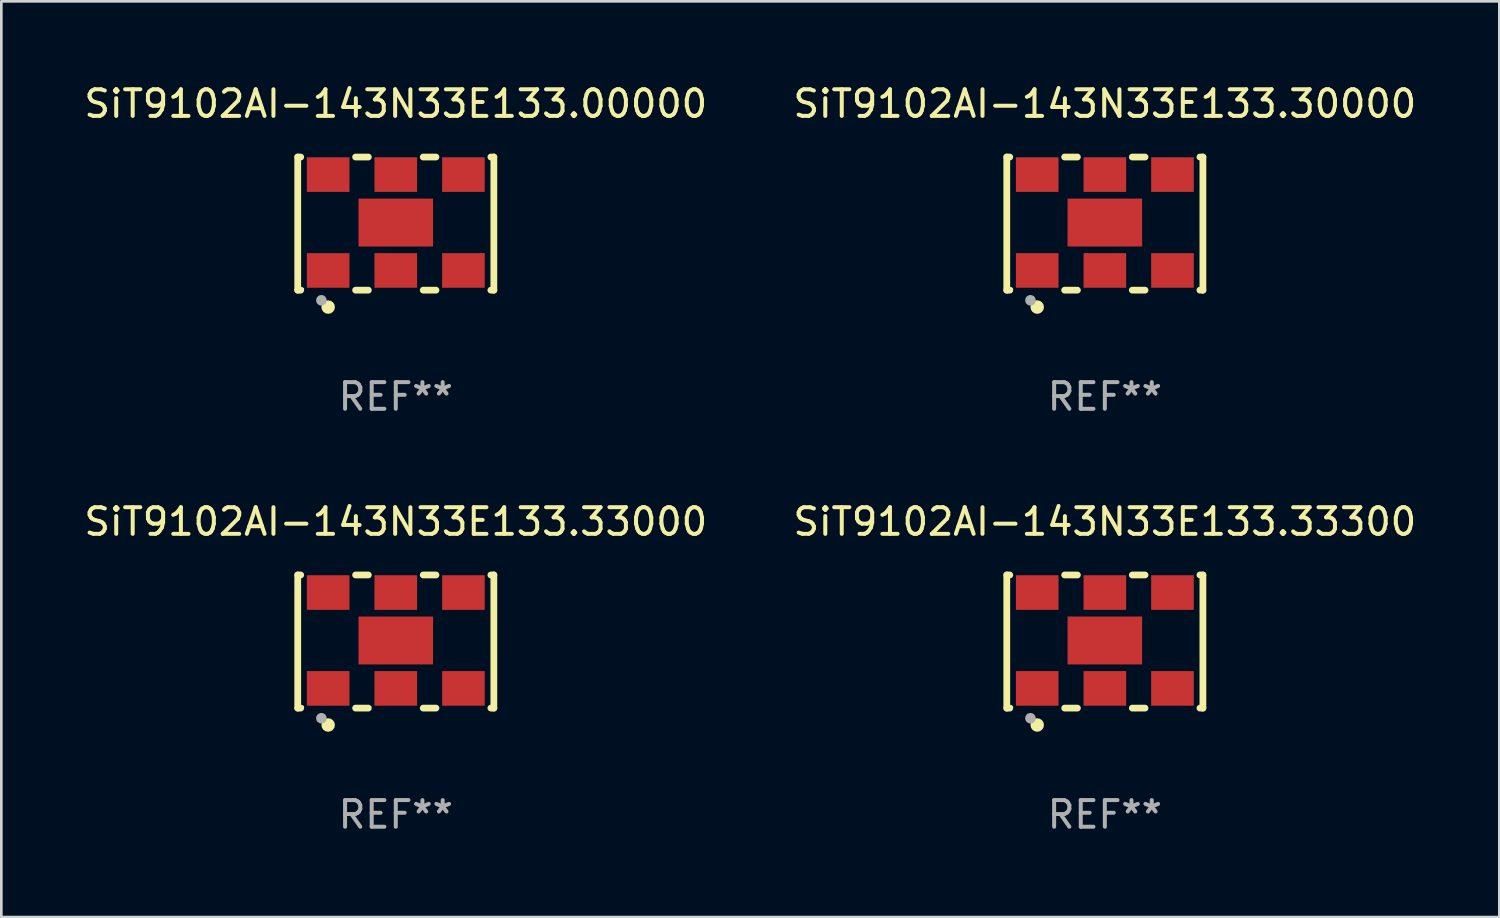
<source format=kicad_pcb>
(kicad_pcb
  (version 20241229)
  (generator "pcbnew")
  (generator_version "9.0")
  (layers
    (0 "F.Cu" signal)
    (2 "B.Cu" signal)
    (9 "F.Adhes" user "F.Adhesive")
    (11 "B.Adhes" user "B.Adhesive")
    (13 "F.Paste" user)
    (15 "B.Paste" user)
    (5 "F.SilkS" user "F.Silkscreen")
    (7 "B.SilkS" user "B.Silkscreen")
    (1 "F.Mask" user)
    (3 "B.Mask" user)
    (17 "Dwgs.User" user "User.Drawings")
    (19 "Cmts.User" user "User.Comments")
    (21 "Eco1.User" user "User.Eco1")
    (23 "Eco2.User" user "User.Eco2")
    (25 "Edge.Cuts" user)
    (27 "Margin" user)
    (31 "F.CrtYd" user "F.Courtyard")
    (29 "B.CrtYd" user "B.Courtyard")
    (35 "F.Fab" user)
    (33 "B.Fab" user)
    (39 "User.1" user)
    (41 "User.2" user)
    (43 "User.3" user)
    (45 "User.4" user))
  (footprint "SiT9102AI-143N33E133.33300"
    (layer "F.Cu")
    (at 38.446 21.045)
    (property "Reference" "SiT9102AI-143N33E133.33300" (at 0 -4.5 0) (layer "F.SilkS") (effects (font (size 1 1) (thickness 0.15))))
    (attr through_hole)
    (fp_line (start -3.683 -2.5) (end -3.571 -2.5) (stroke (width 0.254) (type solid)) (layer "F.SilkS"))
    (fp_line (start -3.683 2.5) (end -3.683 -2.5) (stroke (width 0.254) (type solid)) (layer "F.SilkS"))
    (fp_line (start -3.683 2.5) (end -3.571 2.5) (stroke (width 0.254) (type solid)) (layer "F.SilkS"))
    (fp_line (start -1.509 -2.5) (end -1.031 -2.5) (stroke (width 0.254) (type solid)) (layer "F.SilkS"))
    (fp_line (start -1.509 2.5) (end -1.031 2.5) (stroke (width 0.254) (type solid)) (layer "F.SilkS"))
    (fp_line (start 1.031 -2.5) (end 1.509 -2.5) (stroke (width 0.254) (type solid)) (layer "F.SilkS"))
    (fp_line (start 1.031 2.5) (end 1.509 2.5) (stroke (width 0.254) (type solid)) (layer "F.SilkS"))
    (fp_line (start 3.571 -2.5) (end 3.683 -2.5) (stroke (width 0.254) (type solid)) (layer "F.SilkS"))
    (fp_line (start 3.571 2.5) (end 3.683 2.5) (stroke (width 0.254) (type solid)) (layer "F.SilkS"))
    (fp_line (start 3.683 2.5) (end 3.683 -2.5) (stroke (width 0.254) (type solid)) (layer "F.SilkS"))
    (fp_circle (center -3.5 2.46) (end -3.47 2.46) (stroke (width 0.06) (type solid)) (fill no) (layer "F.SilkS"))
    (fp_circle (center -2.54 3.135) (end -2.413 3.135) (stroke (width 0.254) (type solid)) (fill no) (layer "F.SilkS"))
    (fp_circle (center -2.794 2.881) (end -2.694 2.881) (stroke (width 0.2) (type solid)) (fill no) (layer "F.Fab"))
    (fp_text user "REF**" (at 0 6.5 0) (layer "F.Fab") (effects (font (size 1 1) (thickness 0.15))))
    (pad "1" smd rect (at -2.54 1.76) (size 1.6 1.3) (layers "F.Cu" "F.Mask" "F.Paste"))
    (pad "2" smd rect (at 0 1.76) (size 1.6 1.3) (layers "F.Cu" "F.Mask" "F.Paste"))
    (pad "3" smd rect (at 2.54 1.76) (size 1.6 1.3) (layers "F.Cu" "F.Mask" "F.Paste"))
    (pad "4" smd rect (at 2.54 -1.84) (size 1.6 1.3) (layers "F.Cu" "F.Mask" "F.Paste"))
    (pad "5" smd rect (at 0 -1.84) (size 1.6 1.3) (layers "F.Cu" "F.Mask" "F.Paste"))
    (pad "6" smd rect (at -2.54 -1.84) (size 1.6 1.3) (layers "F.Cu" "F.Mask" "F.Paste"))
    (pad "7" smd rect (at 0 -0.04) (size 2.8 1.8) (layers "F.Cu" "F.Mask" "F.Paste")))
  (footprint "SiT9102AI-143N33E133.00000"
    (layer "F.Cu")
    (at 11.815 5.348)
    (property "Reference" "SiT9102AI-143N33E133.00000" (at 0 -4.5 0) (layer "F.SilkS") (effects (font (size 1 1) (thickness 0.15))))
    (attr through_hole)
    (fp_line (start -3.683 -2.5) (end -3.571 -2.5) (stroke (width 0.254) (type solid)) (layer "F.SilkS"))
    (fp_line (start -3.683 2.5) (end -3.683 -2.5) (stroke (width 0.254) (type solid)) (layer "F.SilkS"))
    (fp_line (start -3.683 2.5) (end -3.571 2.5) (stroke (width 0.254) (type solid)) (layer "F.SilkS"))
    (fp_line (start -1.509 -2.5) (end -1.031 -2.5) (stroke (width 0.254) (type solid)) (layer "F.SilkS"))
    (fp_line (start -1.509 2.5) (end -1.031 2.5) (stroke (width 0.254) (type solid)) (layer "F.SilkS"))
    (fp_line (start 1.031 -2.5) (end 1.509 -2.5) (stroke (width 0.254) (type solid)) (layer "F.SilkS"))
    (fp_line (start 1.031 2.5) (end 1.509 2.5) (stroke (width 0.254) (type solid)) (layer "F.SilkS"))
    (fp_line (start 3.571 -2.5) (end 3.683 -2.5) (stroke (width 0.254) (type solid)) (layer "F.SilkS"))
    (fp_line (start 3.571 2.5) (end 3.683 2.5) (stroke (width 0.254) (type solid)) (layer "F.SilkS"))
    (fp_line (start 3.683 2.5) (end 3.683 -2.5) (stroke (width 0.254) (type solid)) (layer "F.SilkS"))
    (fp_circle (center -3.5 2.46) (end -3.47 2.46) (stroke (width 0.06) (type solid)) (fill no) (layer "F.SilkS"))
    (fp_circle (center -2.54 3.135) (end -2.413 3.135) (stroke (width 0.254) (type solid)) (fill no) (layer "F.SilkS"))
    (fp_circle (center -2.794 2.881) (end -2.694 2.881) (stroke (width 0.2) (type solid)) (fill no) (layer "F.Fab"))
    (fp_text user "REF**" (at 0 6.5 0) (layer "F.Fab") (effects (font (size 1 1) (thickness 0.15))))
    (pad "1" smd rect (at -2.54 1.76) (size 1.6 1.3) (layers "F.Cu" "F.Mask" "F.Paste"))
    (pad "2" smd rect (at 0 1.76) (size 1.6 1.3) (layers "F.Cu" "F.Mask" "F.Paste"))
    (pad "3" smd rect (at 2.54 1.76) (size 1.6 1.3) (layers "F.Cu" "F.Mask" "F.Paste"))
    (pad "4" smd rect (at 2.54 -1.84) (size 1.6 1.3) (layers "F.Cu" "F.Mask" "F.Paste"))
    (pad "5" smd rect (at 0 -1.84) (size 1.6 1.3) (layers "F.Cu" "F.Mask" "F.Paste"))
    (pad "6" smd rect (at -2.54 -1.84) (size 1.6 1.3) (layers "F.Cu" "F.Mask" "F.Paste"))
    (pad "7" smd rect (at 0 -0.04) (size 2.8 1.8) (layers "F.Cu" "F.Mask" "F.Paste")))
  (footprint "SiT9102AI-143N33E133.33000"
    (layer "F.Cu")
    (at 11.815 21.045)
    (property "Reference" "SiT9102AI-143N33E133.33000" (at 0 -4.5 0) (layer "F.SilkS") (effects (font (size 1 1) (thickness 0.15))))
    (attr through_hole)
    (fp_line (start -3.683 -2.5) (end -3.571 -2.5) (stroke (width 0.254) (type solid)) (layer "F.SilkS"))
    (fp_line (start -3.683 2.5) (end -3.683 -2.5) (stroke (width 0.254) (type solid)) (layer "F.SilkS"))
    (fp_line (start -3.683 2.5) (end -3.571 2.5) (stroke (width 0.254) (type solid)) (layer "F.SilkS"))
    (fp_line (start -1.509 -2.5) (end -1.031 -2.5) (stroke (width 0.254) (type solid)) (layer "F.SilkS"))
    (fp_line (start -1.509 2.5) (end -1.031 2.5) (stroke (width 0.254) (type solid)) (layer "F.SilkS"))
    (fp_line (start 1.031 -2.5) (end 1.509 -2.5) (stroke (width 0.254) (type solid)) (layer "F.SilkS"))
    (fp_line (start 1.031 2.5) (end 1.509 2.5) (stroke (width 0.254) (type solid)) (layer "F.SilkS"))
    (fp_line (start 3.571 -2.5) (end 3.683 -2.5) (stroke (width 0.254) (type solid)) (layer "F.SilkS"))
    (fp_line (start 3.571 2.5) (end 3.683 2.5) (stroke (width 0.254) (type solid)) (layer "F.SilkS"))
    (fp_line (start 3.683 2.5) (end 3.683 -2.5) (stroke (width 0.254) (type solid)) (layer "F.SilkS"))
    (fp_circle (center -3.5 2.46) (end -3.47 2.46) (stroke (width 0.06) (type solid)) (fill no) (layer "F.SilkS"))
    (fp_circle (center -2.54 3.135) (end -2.413 3.135) (stroke (width 0.254) (type solid)) (fill no) (layer "F.SilkS"))
    (fp_circle (center -2.794 2.881) (end -2.694 2.881) (stroke (width 0.2) (type solid)) (fill no) (layer "F.Fab"))
    (fp_text user "REF**" (at 0 6.5 0) (layer "F.Fab") (effects (font (size 1 1) (thickness 0.15))))
    (pad "1" smd rect (at -2.54 1.76) (size 1.6 1.3) (layers "F.Cu" "F.Mask" "F.Paste"))
    (pad "2" smd rect (at 0 1.76) (size 1.6 1.3) (layers "F.Cu" "F.Mask" "F.Paste"))
    (pad "3" smd rect (at 2.54 1.76) (size 1.6 1.3) (layers "F.Cu" "F.Mask" "F.Paste"))
    (pad "4" smd rect (at 2.54 -1.84) (size 1.6 1.3) (layers "F.Cu" "F.Mask" "F.Paste"))
    (pad "5" smd rect (at 0 -1.84) (size 1.6 1.3) (layers "F.Cu" "F.Mask" "F.Paste"))
    (pad "6" smd rect (at -2.54 -1.84) (size 1.6 1.3) (layers "F.Cu" "F.Mask" "F.Paste"))
    (pad "7" smd rect (at 0 -0.04) (size 2.8 1.8) (layers "F.Cu" "F.Mask" "F.Paste")))
  (footprint "SiT9102AI-143N33E133.30000"
    (layer "F.Cu")
    (at 38.446 5.348)
    (property "Reference" "SiT9102AI-143N33E133.30000" (at 0 -4.5 0) (layer "F.SilkS") (effects (font (size 1 1) (thickness 0.15))))
    (attr through_hole)
    (fp_line (start -3.683 -2.5) (end -3.571 -2.5) (stroke (width 0.254) (type solid)) (layer "F.SilkS"))
    (fp_line (start -3.683 2.5) (end -3.683 -2.5) (stroke (width 0.254) (type solid)) (layer "F.SilkS"))
    (fp_line (start -3.683 2.5) (end -3.571 2.5) (stroke (width 0.254) (type solid)) (layer "F.SilkS"))
    (fp_line (start -1.509 -2.5) (end -1.031 -2.5) (stroke (width 0.254) (type solid)) (layer "F.SilkS"))
    (fp_line (start -1.509 2.5) (end -1.031 2.5) (stroke (width 0.254) (type solid)) (layer "F.SilkS"))
    (fp_line (start 1.031 -2.5) (end 1.509 -2.5) (stroke (width 0.254) (type solid)) (layer "F.SilkS"))
    (fp_line (start 1.031 2.5) (end 1.509 2.5) (stroke (width 0.254) (type solid)) (layer "F.SilkS"))
    (fp_line (start 3.571 -2.5) (end 3.683 -2.5) (stroke (width 0.254) (type solid)) (layer "F.SilkS"))
    (fp_line (start 3.571 2.5) (end 3.683 2.5) (stroke (width 0.254) (type solid)) (layer "F.SilkS"))
    (fp_line (start 3.683 2.5) (end 3.683 -2.5) (stroke (width 0.254) (type solid)) (layer "F.SilkS"))
    (fp_circle (center -3.5 2.46) (end -3.47 2.46) (stroke (width 0.06) (type solid)) (fill no) (layer "F.SilkS"))
    (fp_circle (center -2.54 3.135) (end -2.413 3.135) (stroke (width 0.254) (type solid)) (fill no) (layer "F.SilkS"))
    (fp_circle (center -2.794 2.881) (end -2.694 2.881) (stroke (width 0.2) (type solid)) (fill no) (layer "F.Fab"))
    (fp_text user "REF**" (at 0 6.5 0) (layer "F.Fab") (effects (font (size 1 1) (thickness 0.15))))
    (pad "1" smd rect (at -2.54 1.76) (size 1.6 1.3) (layers "F.Cu" "F.Mask" "F.Paste"))
    (pad "2" smd rect (at 0 1.76) (size 1.6 1.3) (layers "F.Cu" "F.Mask" "F.Paste"))
    (pad "3" smd rect (at 2.54 1.76) (size 1.6 1.3) (layers "F.Cu" "F.Mask" "F.Paste"))
    (pad "4" smd rect (at 2.54 -1.84) (size 1.6 1.3) (layers "F.Cu" "F.Mask" "F.Paste"))
    (pad "5" smd rect (at 0 -1.84) (size 1.6 1.3) (layers "F.Cu" "F.Mask" "F.Paste"))
    (pad "6" smd rect (at -2.54 -1.84) (size 1.6 1.3) (layers "F.Cu" "F.Mask" "F.Paste"))
    (pad "7" smd rect (at 0 -0.04) (size 2.8 1.8) (layers "F.Cu" "F.Mask" "F.Paste")))
  (gr_rect
    (start -3 -3)
    (end 53.262 31.393)
    (stroke (width 0.1) (type default))
    (fill no)
    (layer "Edge.Cuts")))
</source>
